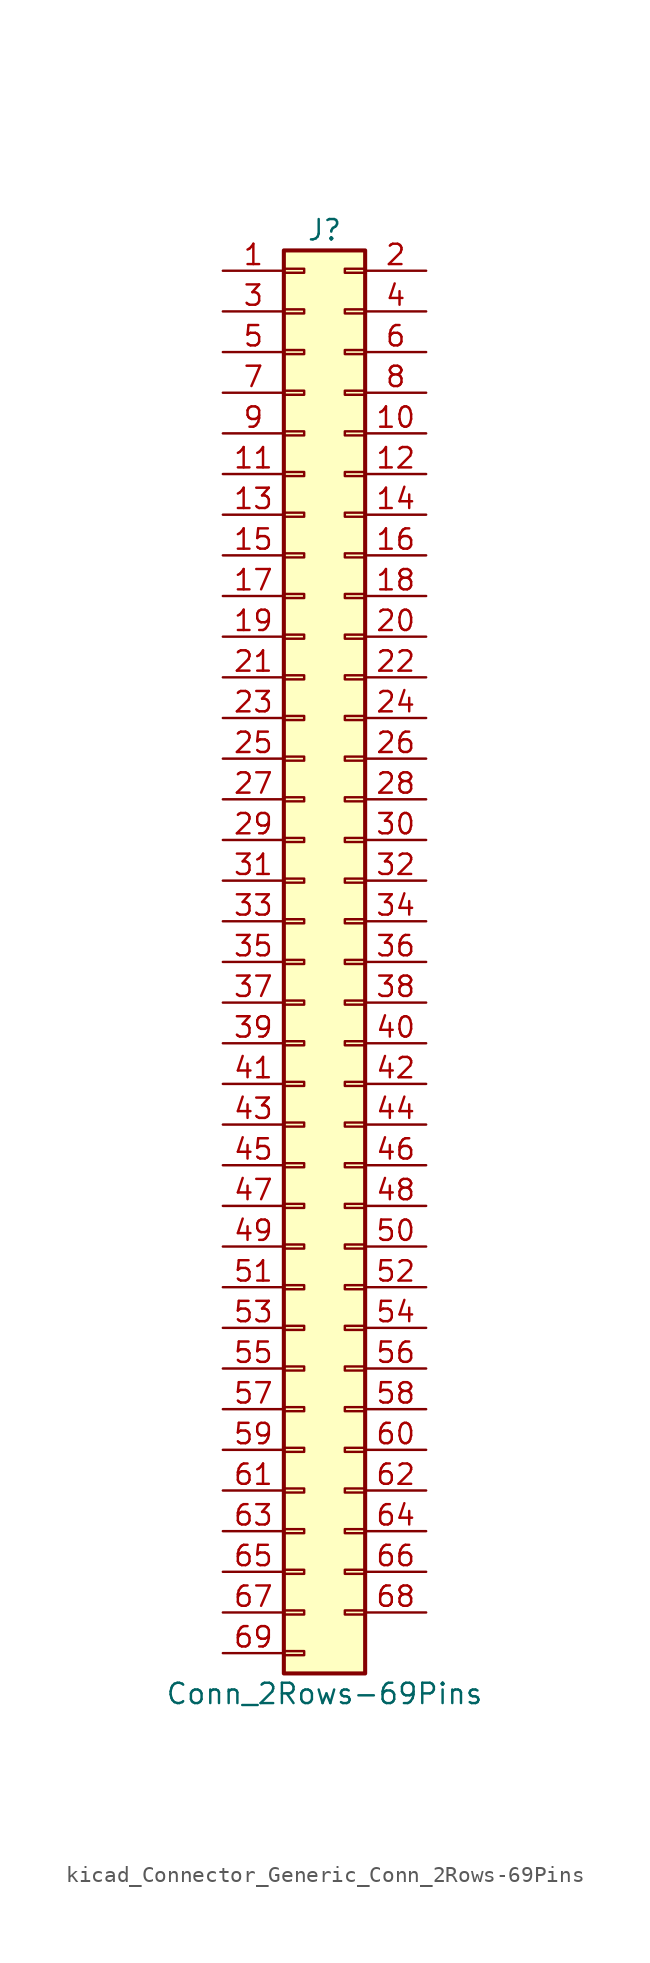
<source format=kicad_sym>
(kicad_symbol_lib
  (version 20220914)
  (generator kicad_symbol_editor)
  (symbol "kicad_Connector_Generic_Conn_2Rows-69Pins"
    (pin_names
      (offset 1.016) hide)
    (property "Reference" "J"
      (at 1.27 45.72 0)
      (effects (font (size 1.27 1.27))))
    (property "Value" "Conn_2Rows-69Pins"
      (at 1.27 -45.72 0)
      (effects (font (size 1.27 1.27))))
    (symbol "kicad_Connector_Generic_Conn_2Rows-69Pins_1_1"
      (rectangle (start -1.27 -43.053) (end 0 -43.307) (stroke (width 0.152) (type default)) (fill (type none)))
      (rectangle (start -1.27 -40.513) (end 0 -40.767) (stroke (width 0.152) (type default)) (fill (type none)))
      (rectangle (start -1.27 -37.973) (end 0 -38.227) (stroke (width 0.152) (type default)) (fill (type none)))
      (rectangle (start -1.27 -35.433) (end 0 -35.687) (stroke (width 0.152) (type default)) (fill (type none)))
      (rectangle (start -1.27 -32.893) (end 0 -33.147) (stroke (width 0.152) (type default)) (fill (type none)))
      (rectangle (start -1.27 -30.353) (end 0 -30.607) (stroke (width 0.152) (type default)) (fill (type none)))
      (rectangle (start -1.27 -27.813) (end 0 -28.067) (stroke (width 0.152) (type default)) (fill (type none)))
      (rectangle (start -1.27 -25.273) (end 0 -25.527) (stroke (width 0.152) (type default)) (fill (type none)))
      (rectangle (start -1.27 -22.733) (end 0 -22.987) (stroke (width 0.152) (type default)) (fill (type none)))
      (rectangle (start -1.27 -20.193) (end 0 -20.447) (stroke (width 0.152) (type default)) (fill (type none)))
      (rectangle (start -1.27 -17.653) (end 0 -17.907) (stroke (width 0.152) (type default)) (fill (type none)))
      (rectangle (start -1.27 -15.113) (end 0 -15.367) (stroke (width 0.152) (type default)) (fill (type none)))
      (rectangle (start -1.27 -12.573) (end 0 -12.827) (stroke (width 0.152) (type default)) (fill (type none)))
      (rectangle (start -1.27 -10.033) (end 0 -10.287) (stroke (width 0.152) (type default)) (fill (type none)))
      (rectangle (start -1.27 -7.493) (end 0 -7.747) (stroke (width 0.152) (type default)) (fill (type none)))
      (rectangle (start -1.27 -4.953) (end 0 -5.207) (stroke (width 0.152) (type default)) (fill (type none)))
      (rectangle (start -1.27 -2.413) (end 0 -2.667) (stroke (width 0.152) (type default)) (fill (type none)))
      (rectangle (start -1.27 0.127) (end 0 -0.127) (stroke (width 0.152) (type default)) (fill (type none)))
      (rectangle (start -1.27 2.667) (end 0 2.413) (stroke (width 0.152) (type default)) (fill (type none)))
      (rectangle (start -1.27 5.207) (end 0 4.953) (stroke (width 0.152) (type default)) (fill (type none)))
      (rectangle (start -1.27 7.747) (end 0 7.493) (stroke (width 0.152) (type default)) (fill (type none)))
      (rectangle (start -1.27 10.287) (end 0 10.033) (stroke (width 0.152) (type default)) (fill (type none)))
      (rectangle (start -1.27 12.827) (end 0 12.573) (stroke (width 0.152) (type default)) (fill (type none)))
      (rectangle (start -1.27 15.367) (end 0 15.113) (stroke (width 0.152) (type default)) (fill (type none)))
      (rectangle (start -1.27 17.907) (end 0 17.653) (stroke (width 0.152) (type default)) (fill (type none)))
      (rectangle (start -1.27 20.447) (end 0 20.193) (stroke (width 0.152) (type default)) (fill (type none)))
      (rectangle (start -1.27 22.987) (end 0 22.733) (stroke (width 0.152) (type default)) (fill (type none)))
      (rectangle (start -1.27 25.527) (end 0 25.273) (stroke (width 0.152) (type default)) (fill (type none)))
      (rectangle (start -1.27 28.067) (end 0 27.813) (stroke (width 0.152) (type default)) (fill (type none)))
      (rectangle (start -1.27 30.607) (end 0 30.353) (stroke (width 0.152) (type default)) (fill (type none)))
      (rectangle (start -1.27 33.147) (end 0 32.893) (stroke (width 0.152) (type default)) (fill (type none)))
      (rectangle (start -1.27 35.687) (end 0 35.433) (stroke (width 0.152) (type default)) (fill (type none)))
      (rectangle (start -1.27 38.227) (end 0 37.973) (stroke (width 0.152) (type default)) (fill (type none)))
      (rectangle (start -1.27 40.767) (end 0 40.513) (stroke (width 0.152) (type default)) (fill (type none)))
      (rectangle (start -1.27 43.307) (end 0 43.053) (stroke (width 0.152) (type default)) (fill (type none)))
      (rectangle (start -1.27 44.45) (end 3.81 -44.45) (stroke (width 0.254) (type default)) (fill (type background)))
      (rectangle (start 3.81 -40.513) (end 2.54 -40.767) (stroke (width 0.152) (type default)) (fill (type none)))
      (rectangle (start 3.81 -37.973) (end 2.54 -38.227) (stroke (width 0.152) (type default)) (fill (type none)))
      (rectangle (start 3.81 -35.433) (end 2.54 -35.687) (stroke (width 0.152) (type default)) (fill (type none)))
      (rectangle (start 3.81 -32.893) (end 2.54 -33.147) (stroke (width 0.152) (type default)) (fill (type none)))
      (rectangle (start 3.81 -30.353) (end 2.54 -30.607) (stroke (width 0.152) (type default)) (fill (type none)))
      (rectangle (start 3.81 -27.813) (end 2.54 -28.067) (stroke (width 0.152) (type default)) (fill (type none)))
      (rectangle (start 3.81 -25.273) (end 2.54 -25.527) (stroke (width 0.152) (type default)) (fill (type none)))
      (rectangle (start 3.81 -22.733) (end 2.54 -22.987) (stroke (width 0.152) (type default)) (fill (type none)))
      (rectangle (start 3.81 -20.193) (end 2.54 -20.447) (stroke (width 0.152) (type default)) (fill (type none)))
      (rectangle (start 3.81 -17.653) (end 2.54 -17.907) (stroke (width 0.152) (type default)) (fill (type none)))
      (rectangle (start 3.81 -15.113) (end 2.54 -15.367) (stroke (width 0.152) (type default)) (fill (type none)))
      (rectangle (start 3.81 -12.573) (end 2.54 -12.827) (stroke (width 0.152) (type default)) (fill (type none)))
      (rectangle (start 3.81 -10.033) (end 2.54 -10.287) (stroke (width 0.152) (type default)) (fill (type none)))
      (rectangle (start 3.81 -7.493) (end 2.54 -7.747) (stroke (width 0.152) (type default)) (fill (type none)))
      (rectangle (start 3.81 -4.953) (end 2.54 -5.207) (stroke (width 0.152) (type default)) (fill (type none)))
      (rectangle (start 3.81 -2.413) (end 2.54 -2.667) (stroke (width 0.152) (type default)) (fill (type none)))
      (rectangle (start 3.81 0.127) (end 2.54 -0.127) (stroke (width 0.152) (type default)) (fill (type none)))
      (rectangle (start 3.81 2.667) (end 2.54 2.413) (stroke (width 0.152) (type default)) (fill (type none)))
      (rectangle (start 3.81 5.207) (end 2.54 4.953) (stroke (width 0.152) (type default)) (fill (type none)))
      (rectangle (start 3.81 7.747) (end 2.54 7.493) (stroke (width 0.152) (type default)) (fill (type none)))
      (rectangle (start 3.81 10.287) (end 2.54 10.033) (stroke (width 0.152) (type default)) (fill (type none)))
      (rectangle (start 3.81 12.827) (end 2.54 12.573) (stroke (width 0.152) (type default)) (fill (type none)))
      (rectangle (start 3.81 15.367) (end 2.54 15.113) (stroke (width 0.152) (type default)) (fill (type none)))
      (rectangle (start 3.81 17.907) (end 2.54 17.653) (stroke (width 0.152) (type default)) (fill (type none)))
      (rectangle (start 3.81 20.447) (end 2.54 20.193) (stroke (width 0.152) (type default)) (fill (type none)))
      (rectangle (start 3.81 22.987) (end 2.54 22.733) (stroke (width 0.152) (type default)) (fill (type none)))
      (rectangle (start 3.81 25.527) (end 2.54 25.273) (stroke (width 0.152) (type default)) (fill (type none)))
      (rectangle (start 3.81 28.067) (end 2.54 27.813) (stroke (width 0.152) (type default)) (fill (type none)))
      (rectangle (start 3.81 30.607) (end 2.54 30.353) (stroke (width 0.152) (type default)) (fill (type none)))
      (rectangle (start 3.81 33.147) (end 2.54 32.893) (stroke (width 0.152) (type default)) (fill (type none)))
      (rectangle (start 3.81 35.687) (end 2.54 35.433) (stroke (width 0.152) (type default)) (fill (type none)))
      (rectangle (start 3.81 38.227) (end 2.54 37.973) (stroke (width 0.152) (type default)) (fill (type none)))
      (rectangle (start 3.81 40.767) (end 2.54 40.513) (stroke (width 0.152) (type default)) (fill (type none)))
      (rectangle (start 3.81 43.307) (end 2.54 43.053) (stroke (width 0.152) (type default)) (fill (type none)))
      (pin passive line (at -5.08 43.18 0) (length 3.81) (name "Pin_1" (effects (font (size 1.27 1.27)))) (number "1" (effects (font (size 1.27 1.27)))))
      (pin passive line (at 7.62 33.02 180) (length 3.81) (name "Pin_10" (effects (font (size 1.27 1.27)))) (number "10" (effects (font (size 1.27 1.27)))))
      (pin passive line (at -5.08 30.48 0) (length 3.81) (name "Pin_11" (effects (font (size 1.27 1.27)))) (number "11" (effects (font (size 1.27 1.27)))))
      (pin passive line (at 7.62 30.48 180) (length 3.81) (name "Pin_12" (effects (font (size 1.27 1.27)))) (number "12" (effects (font (size 1.27 1.27)))))
      (pin passive line (at -5.08 27.94 0) (length 3.81) (name "Pin_13" (effects (font (size 1.27 1.27)))) (number "13" (effects (font (size 1.27 1.27)))))
      (pin passive line (at 7.62 27.94 180) (length 3.81) (name "Pin_14" (effects (font (size 1.27 1.27)))) (number "14" (effects (font (size 1.27 1.27)))))
      (pin passive line (at -5.08 25.4 0) (length 3.81) (name "Pin_15" (effects (font (size 1.27 1.27)))) (number "15" (effects (font (size 1.27 1.27)))))
      (pin passive line (at 7.62 25.4 180) (length 3.81) (name "Pin_16" (effects (font (size 1.27 1.27)))) (number "16" (effects (font (size 1.27 1.27)))))
      (pin passive line (at -5.08 22.86 0) (length 3.81) (name "Pin_17" (effects (font (size 1.27 1.27)))) (number "17" (effects (font (size 1.27 1.27)))))
      (pin passive line (at 7.62 22.86 180) (length 3.81) (name "Pin_18" (effects (font (size 1.27 1.27)))) (number "18" (effects (font (size 1.27 1.27)))))
      (pin passive line (at -5.08 20.32 0) (length 3.81) (name "Pin_19" (effects (font (size 1.27 1.27)))) (number "19" (effects (font (size 1.27 1.27)))))
      (pin passive line (at 7.62 43.18 180) (length 3.81) (name "Pin_2" (effects (font (size 1.27 1.27)))) (number "2" (effects (font (size 1.27 1.27)))))
      (pin passive line (at 7.62 20.32 180) (length 3.81) (name "Pin_20" (effects (font (size 1.27 1.27)))) (number "20" (effects (font (size 1.27 1.27)))))
      (pin passive line (at -5.08 17.78 0) (length 3.81) (name "Pin_21" (effects (font (size 1.27 1.27)))) (number "21" (effects (font (size 1.27 1.27)))))
      (pin passive line (at 7.62 17.78 180) (length 3.81) (name "Pin_22" (effects (font (size 1.27 1.27)))) (number "22" (effects (font (size 1.27 1.27)))))
      (pin passive line (at -5.08 15.24 0) (length 3.81) (name "Pin_23" (effects (font (size 1.27 1.27)))) (number "23" (effects (font (size 1.27 1.27)))))
      (pin passive line (at 7.62 15.24 180) (length 3.81) (name "Pin_24" (effects (font (size 1.27 1.27)))) (number "24" (effects (font (size 1.27 1.27)))))
      (pin passive line (at -5.08 12.7 0) (length 3.81) (name "Pin_25" (effects (font (size 1.27 1.27)))) (number "25" (effects (font (size 1.27 1.27)))))
      (pin passive line (at 7.62 12.7 180) (length 3.81) (name "Pin_26" (effects (font (size 1.27 1.27)))) (number "26" (effects (font (size 1.27 1.27)))))
      (pin passive line (at -5.08 10.16 0) (length 3.81) (name "Pin_27" (effects (font (size 1.27 1.27)))) (number "27" (effects (font (size 1.27 1.27)))))
      (pin passive line (at 7.62 10.16 180) (length 3.81) (name "Pin_28" (effects (font (size 1.27 1.27)))) (number "28" (effects (font (size 1.27 1.27)))))
      (pin passive line (at -5.08 7.62 0) (length 3.81) (name "Pin_29" (effects (font (size 1.27 1.27)))) (number "29" (effects (font (size 1.27 1.27)))))
      (pin passive line (at -5.08 40.64 0) (length 3.81) (name "Pin_3" (effects (font (size 1.27 1.27)))) (number "3" (effects (font (size 1.27 1.27)))))
      (pin passive line (at 7.62 7.62 180) (length 3.81) (name "Pin_30" (effects (font (size 1.27 1.27)))) (number "30" (effects (font (size 1.27 1.27)))))
      (pin passive line (at -5.08 5.08 0) (length 3.81) (name "Pin_31" (effects (font (size 1.27 1.27)))) (number "31" (effects (font (size 1.27 1.27)))))
      (pin passive line (at 7.62 5.08 180) (length 3.81) (name "Pin_32" (effects (font (size 1.27 1.27)))) (number "32" (effects (font (size 1.27 1.27)))))
      (pin passive line (at -5.08 2.54 0) (length 3.81) (name "Pin_33" (effects (font (size 1.27 1.27)))) (number "33" (effects (font (size 1.27 1.27)))))
      (pin passive line (at 7.62 2.54 180) (length 3.81) (name "Pin_34" (effects (font (size 1.27 1.27)))) (number "34" (effects (font (size 1.27 1.27)))))
      (pin passive line (at -5.08 0 0) (length 3.81) (name "Pin_35" (effects (font (size 1.27 1.27)))) (number "35" (effects (font (size 1.27 1.27)))))
      (pin passive line (at 7.62 0 180) (length 3.81) (name "Pin_36" (effects (font (size 1.27 1.27)))) (number "36" (effects (font (size 1.27 1.27)))))
      (pin passive line (at -5.08 -2.54 0) (length 3.81) (name "Pin_37" (effects (font (size 1.27 1.27)))) (number "37" (effects (font (size 1.27 1.27)))))
      (pin passive line (at 7.62 -2.54 180) (length 3.81) (name "Pin_38" (effects (font (size 1.27 1.27)))) (number "38" (effects (font (size 1.27 1.27)))))
      (pin passive line (at -5.08 -5.08 0) (length 3.81) (name "Pin_39" (effects (font (size 1.27 1.27)))) (number "39" (effects (font (size 1.27 1.27)))))
      (pin passive line (at 7.62 40.64 180) (length 3.81) (name "Pin_4" (effects (font (size 1.27 1.27)))) (number "4" (effects (font (size 1.27 1.27)))))
      (pin passive line (at 7.62 -5.08 180) (length 3.81) (name "Pin_40" (effects (font (size 1.27 1.27)))) (number "40" (effects (font (size 1.27 1.27)))))
      (pin passive line (at -5.08 -7.62 0) (length 3.81) (name "Pin_41" (effects (font (size 1.27 1.27)))) (number "41" (effects (font (size 1.27 1.27)))))
      (pin passive line (at 7.62 -7.62 180) (length 3.81) (name "Pin_42" (effects (font (size 1.27 1.27)))) (number "42" (effects (font (size 1.27 1.27)))))
      (pin passive line (at -5.08 -10.16 0) (length 3.81) (name "Pin_43" (effects (font (size 1.27 1.27)))) (number "43" (effects (font (size 1.27 1.27)))))
      (pin passive line (at 7.62 -10.16 180) (length 3.81) (name "Pin_44" (effects (font (size 1.27 1.27)))) (number "44" (effects (font (size 1.27 1.27)))))
      (pin passive line (at -5.08 -12.7 0) (length 3.81) (name "Pin_45" (effects (font (size 1.27 1.27)))) (number "45" (effects (font (size 1.27 1.27)))))
      (pin passive line (at 7.62 -12.7 180) (length 3.81) (name "Pin_46" (effects (font (size 1.27 1.27)))) (number "46" (effects (font (size 1.27 1.27)))))
      (pin passive line (at -5.08 -15.24 0) (length 3.81) (name "Pin_47" (effects (font (size 1.27 1.27)))) (number "47" (effects (font (size 1.27 1.27)))))
      (pin passive line (at 7.62 -15.24 180) (length 3.81) (name "Pin_48" (effects (font (size 1.27 1.27)))) (number "48" (effects (font (size 1.27 1.27)))))
      (pin passive line (at -5.08 -17.78 0) (length 3.81) (name "Pin_49" (effects (font (size 1.27 1.27)))) (number "49" (effects (font (size 1.27 1.27)))))
      (pin passive line (at -5.08 38.1 0) (length 3.81) (name "Pin_5" (effects (font (size 1.27 1.27)))) (number "5" (effects (font (size 1.27 1.27)))))
      (pin passive line (at 7.62 -17.78 180) (length 3.81) (name "Pin_50" (effects (font (size 1.27 1.27)))) (number "50" (effects (font (size 1.27 1.27)))))
      (pin passive line (at -5.08 -20.32 0) (length 3.81) (name "Pin_51" (effects (font (size 1.27 1.27)))) (number "51" (effects (font (size 1.27 1.27)))))
      (pin passive line (at 7.62 -20.32 180) (length 3.81) (name "Pin_52" (effects (font (size 1.27 1.27)))) (number "52" (effects (font (size 1.27 1.27)))))
      (pin passive line (at -5.08 -22.86 0) (length 3.81) (name "Pin_53" (effects (font (size 1.27 1.27)))) (number "53" (effects (font (size 1.27 1.27)))))
      (pin passive line (at 7.62 -22.86 180) (length 3.81) (name "Pin_54" (effects (font (size 1.27 1.27)))) (number "54" (effects (font (size 1.27 1.27)))))
      (pin passive line (at -5.08 -25.4 0) (length 3.81) (name "Pin_55" (effects (font (size 1.27 1.27)))) (number "55" (effects (font (size 1.27 1.27)))))
      (pin passive line (at 7.62 -25.4 180) (length 3.81) (name "Pin_56" (effects (font (size 1.27 1.27)))) (number "56" (effects (font (size 1.27 1.27)))))
      (pin passive line (at -5.08 -27.94 0) (length 3.81) (name "Pin_57" (effects (font (size 1.27 1.27)))) (number "57" (effects (font (size 1.27 1.27)))))
      (pin passive line (at 7.62 -27.94 180) (length 3.81) (name "Pin_58" (effects (font (size 1.27 1.27)))) (number "58" (effects (font (size 1.27 1.27)))))
      (pin passive line (at -5.08 -30.48 0) (length 3.81) (name "Pin_59" (effects (font (size 1.27 1.27)))) (number "59" (effects (font (size 1.27 1.27)))))
      (pin passive line (at 7.62 38.1 180) (length 3.81) (name "Pin_6" (effects (font (size 1.27 1.27)))) (number "6" (effects (font (size 1.27 1.27)))))
      (pin passive line (at 7.62 -30.48 180) (length 3.81) (name "Pin_60" (effects (font (size 1.27 1.27)))) (number "60" (effects (font (size 1.27 1.27)))))
      (pin passive line (at -5.08 -33.02 0) (length 3.81) (name "Pin_61" (effects (font (size 1.27 1.27)))) (number "61" (effects (font (size 1.27 1.27)))))
      (pin passive line (at 7.62 -33.02 180) (length 3.81) (name "Pin_62" (effects (font (size 1.27 1.27)))) (number "62" (effects (font (size 1.27 1.27)))))
      (pin passive line (at -5.08 -35.56 0) (length 3.81) (name "Pin_63" (effects (font (size 1.27 1.27)))) (number "63" (effects (font (size 1.27 1.27)))))
      (pin passive line (at 7.62 -35.56 180) (length 3.81) (name "Pin_64" (effects (font (size 1.27 1.27)))) (number "64" (effects (font (size 1.27 1.27)))))
      (pin passive line (at -5.08 -38.1 0) (length 3.81) (name "Pin_65" (effects (font (size 1.27 1.27)))) (number "65" (effects (font (size 1.27 1.27)))))
      (pin passive line (at 7.62 -38.1 180) (length 3.81) (name "Pin_66" (effects (font (size 1.27 1.27)))) (number "66" (effects (font (size 1.27 1.27)))))
      (pin passive line (at -5.08 -40.64 0) (length 3.81) (name "Pin_67" (effects (font (size 1.27 1.27)))) (number "67" (effects (font (size 1.27 1.27)))))
      (pin passive line (at 7.62 -40.64 180) (length 3.81) (name "Pin_68" (effects (font (size 1.27 1.27)))) (number "68" (effects (font (size 1.27 1.27)))))
      (pin passive line (at -5.08 -43.18 0) (length 3.81) (name "Pin_69" (effects (font (size 1.27 1.27)))) (number "69" (effects (font (size 1.27 1.27)))))
      (pin passive line (at -5.08 35.56 0) (length 3.81) (name "Pin_7" (effects (font (size 1.27 1.27)))) (number "7" (effects (font (size 1.27 1.27)))))
      (pin passive line (at 7.62 35.56 180) (length 3.81) (name "Pin_8" (effects (font (size 1.27 1.27)))) (number "8" (effects (font (size 1.27 1.27)))))
      (pin passive line (at -5.08 33.02 0) (length 3.81) (name "Pin_9" (effects (font (size 1.27 1.27)))) (number "9" (effects (font (size 1.27 1.27))))))))
</source>
